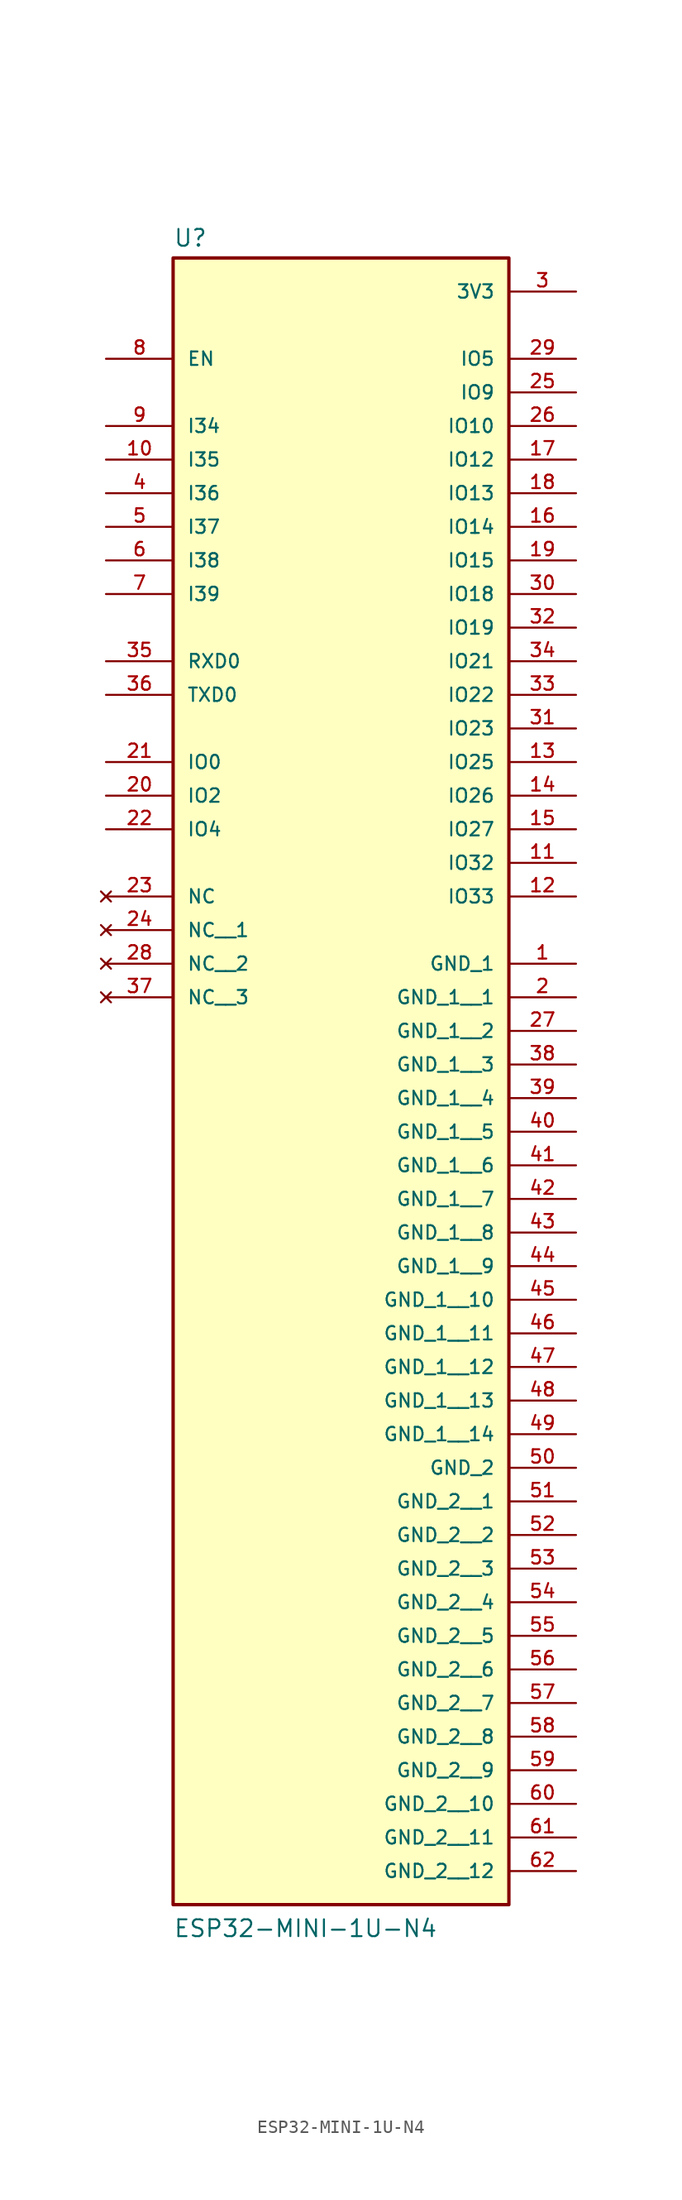
<source format=kicad_sym>
(kicad_symbol_lib
  (version 20220914)
  (generator kicad_symbol_editor)
  (symbol "ESP32-MINI-1U-N4"
    (pin_names
      (offset 1.016))
    (property "Reference" "U"
      (at -12.7 28.702 0)
      (effects (font (size 1.27 1.27)) (justify left bottom)))
    (property "Value" "ESP32-MINI-1U-N4"
      (at -12.7 -99.06 0)
      (effects (font (size 1.27 1.27)) (justify left bottom)))
    (symbol "ESP32-MINI-1U-N4_0_0"
      (rectangle (start -12.7 -96.52) (end 12.7 27.94) (stroke (width 0.254) (type default)) (fill (type background)))
      (pin power_in line (at 17.78 -25.4 180) (length 5.08) (name "GND_1" (effects (font (size 1.016 1.016)))) (number "1" (effects (font (size 1.016 1.016)))))
      (pin input line (at -17.78 12.7 0) (length 5.08) (name "I35" (effects (font (size 1.016 1.016)))) (number "10" (effects (font (size 1.016 1.016)))))
      (pin bidirectional line (at 17.78 -17.78 180) (length 5.08) (name "IO32" (effects (font (size 1.016 1.016)))) (number "11" (effects (font (size 1.016 1.016)))))
      (pin bidirectional line (at 17.78 -20.32 180) (length 5.08) (name "IO33" (effects (font (size 1.016 1.016)))) (number "12" (effects (font (size 1.016 1.016)))))
      (pin bidirectional line (at 17.78 -10.16 180) (length 5.08) (name "IO25" (effects (font (size 1.016 1.016)))) (number "13" (effects (font (size 1.016 1.016)))))
      (pin bidirectional line (at 17.78 -12.7 180) (length 5.08) (name "IO26" (effects (font (size 1.016 1.016)))) (number "14" (effects (font (size 1.016 1.016)))))
      (pin bidirectional line (at 17.78 -15.24 180) (length 5.08) (name "IO27" (effects (font (size 1.016 1.016)))) (number "15" (effects (font (size 1.016 1.016)))))
      (pin bidirectional line (at 17.78 7.62 180) (length 5.08) (name "IO14" (effects (font (size 1.016 1.016)))) (number "16" (effects (font (size 1.016 1.016)))))
      (pin bidirectional line (at 17.78 12.7 180) (length 5.08) (name "IO12" (effects (font (size 1.016 1.016)))) (number "17" (effects (font (size 1.016 1.016)))))
      (pin bidirectional line (at 17.78 10.16 180) (length 5.08) (name "IO13" (effects (font (size 1.016 1.016)))) (number "18" (effects (font (size 1.016 1.016)))))
      (pin bidirectional line (at 17.78 5.08 180) (length 5.08) (name "IO15" (effects (font (size 1.016 1.016)))) (number "19" (effects (font (size 1.016 1.016)))))
      (pin power_in line (at 17.78 -27.94 180) (length 5.08) (name "GND_1__1" (effects (font (size 1.016 1.016)))) (number "2" (effects (font (size 1.016 1.016)))))
      (pin bidirectional line (at -17.78 -12.7 0) (length 5.08) (name "IO2" (effects (font (size 1.016 1.016)))) (number "20" (effects (font (size 1.016 1.016)))))
      (pin bidirectional line (at -17.78 -10.16 0) (length 5.08) (name "IO0" (effects (font (size 1.016 1.016)))) (number "21" (effects (font (size 1.016 1.016)))))
      (pin bidirectional line (at -17.78 -15.24 0) (length 5.08) (name "IO4" (effects (font (size 1.016 1.016)))) (number "22" (effects (font (size 1.016 1.016)))))
      (pin no_connect line (at -17.78 -20.32 0) (length 5.08) (name "NC" (effects (font (size 1.016 1.016)))) (number "23" (effects (font (size 1.016 1.016)))))
      (pin no_connect line (at -17.78 -22.86 0) (length 5.08) (name "NC__1" (effects (font (size 1.016 1.016)))) (number "24" (effects (font (size 1.016 1.016)))))
      (pin bidirectional line (at 17.78 17.78 180) (length 5.08) (name "IO9" (effects (font (size 1.016 1.016)))) (number "25" (effects (font (size 1.016 1.016)))))
      (pin bidirectional line (at 17.78 15.24 180) (length 5.08) (name "IO10" (effects (font (size 1.016 1.016)))) (number "26" (effects (font (size 1.016 1.016)))))
      (pin power_in line (at 17.78 -30.48 180) (length 5.08) (name "GND_1__2" (effects (font (size 1.016 1.016)))) (number "27" (effects (font (size 1.016 1.016)))))
      (pin no_connect line (at -17.78 -25.4 0) (length 5.08) (name "NC__2" (effects (font (size 1.016 1.016)))) (number "28" (effects (font (size 1.016 1.016)))))
      (pin bidirectional line (at 17.78 20.32 180) (length 5.08) (name "IO5" (effects (font (size 1.016 1.016)))) (number "29" (effects (font (size 1.016 1.016)))))
      (pin power_in line (at 17.78 25.4 180) (length 5.08) (name "3V3" (effects (font (size 1.016 1.016)))) (number "3" (effects (font (size 1.016 1.016)))))
      (pin bidirectional line (at 17.78 2.54 180) (length 5.08) (name "IO18" (effects (font (size 1.016 1.016)))) (number "30" (effects (font (size 1.016 1.016)))))
      (pin bidirectional line (at 17.78 -7.62 180) (length 5.08) (name "IO23" (effects (font (size 1.016 1.016)))) (number "31" (effects (font (size 1.016 1.016)))))
      (pin bidirectional line (at 17.78 0 180) (length 5.08) (name "IO19" (effects (font (size 1.016 1.016)))) (number "32" (effects (font (size 1.016 1.016)))))
      (pin bidirectional line (at 17.78 -5.08 180) (length 5.08) (name "IO22" (effects (font (size 1.016 1.016)))) (number "33" (effects (font (size 1.016 1.016)))))
      (pin bidirectional line (at 17.78 -2.54 180) (length 5.08) (name "IO21" (effects (font (size 1.016 1.016)))) (number "34" (effects (font (size 1.016 1.016)))))
      (pin bidirectional line (at -17.78 -2.54 0) (length 5.08) (name "RXD0" (effects (font (size 1.016 1.016)))) (number "35" (effects (font (size 1.016 1.016)))))
      (pin bidirectional line (at -17.78 -5.08 0) (length 5.08) (name "TXD0" (effects (font (size 1.016 1.016)))) (number "36" (effects (font (size 1.016 1.016)))))
      (pin no_connect line (at -17.78 -27.94 0) (length 5.08) (name "NC__3" (effects (font (size 1.016 1.016)))) (number "37" (effects (font (size 1.016 1.016)))))
      (pin power_in line (at 17.78 -33.02 180) (length 5.08) (name "GND_1__3" (effects (font (size 1.016 1.016)))) (number "38" (effects (font (size 1.016 1.016)))))
      (pin power_in line (at 17.78 -35.56 180) (length 5.08) (name "GND_1__4" (effects (font (size 1.016 1.016)))) (number "39" (effects (font (size 1.016 1.016)))))
      (pin input line (at -17.78 10.16 0) (length 5.08) (name "I36" (effects (font (size 1.016 1.016)))) (number "4" (effects (font (size 1.016 1.016)))))
      (pin power_in line (at 17.78 -38.1 180) (length 5.08) (name "GND_1__5" (effects (font (size 1.016 1.016)))) (number "40" (effects (font (size 1.016 1.016)))))
      (pin power_in line (at 17.78 -40.64 180) (length 5.08) (name "GND_1__6" (effects (font (size 1.016 1.016)))) (number "41" (effects (font (size 1.016 1.016)))))
      (pin power_in line (at 17.78 -43.18 180) (length 5.08) (name "GND_1__7" (effects (font (size 1.016 1.016)))) (number "42" (effects (font (size 1.016 1.016)))))
      (pin power_in line (at 17.78 -45.72 180) (length 5.08) (name "GND_1__8" (effects (font (size 1.016 1.016)))) (number "43" (effects (font (size 1.016 1.016)))))
      (pin power_in line (at 17.78 -48.26 180) (length 5.08) (name "GND_1__9" (effects (font (size 1.016 1.016)))) (number "44" (effects (font (size 1.016 1.016)))))
      (pin power_in line (at 17.78 -50.8 180) (length 5.08) (name "GND_1__10" (effects (font (size 1.016 1.016)))) (number "45" (effects (font (size 1.016 1.016)))))
      (pin power_in line (at 17.78 -53.34 180) (length 5.08) (name "GND_1__11" (effects (font (size 1.016 1.016)))) (number "46" (effects (font (size 1.016 1.016)))))
      (pin power_in line (at 17.78 -55.88 180) (length 5.08) (name "GND_1__12" (effects (font (size 1.016 1.016)))) (number "47" (effects (font (size 1.016 1.016)))))
      (pin power_in line (at 17.78 -58.42 180) (length 5.08) (name "GND_1__13" (effects (font (size 1.016 1.016)))) (number "48" (effects (font (size 1.016 1.016)))))
      (pin power_in line (at 17.78 -60.96 180) (length 5.08) (name "GND_1__14" (effects (font (size 1.016 1.016)))) (number "49" (effects (font (size 1.016 1.016)))))
      (pin input line (at -17.78 7.62 0) (length 5.08) (name "I37" (effects (font (size 1.016 1.016)))) (number "5" (effects (font (size 1.016 1.016)))))
      (pin power_in line (at 17.78 -63.5 180) (length 5.08) (name "GND_2" (effects (font (size 1.016 1.016)))) (number "50" (effects (font (size 1.016 1.016)))))
      (pin power_in line (at 17.78 -66.04 180) (length 5.08) (name "GND_2__1" (effects (font (size 1.016 1.016)))) (number "51" (effects (font (size 1.016 1.016)))))
      (pin power_in line (at 17.78 -68.58 180) (length 5.08) (name "GND_2__2" (effects (font (size 1.016 1.016)))) (number "52" (effects (font (size 1.016 1.016)))))
      (pin power_in line (at 17.78 -71.12 180) (length 5.08) (name "GND_2__3" (effects (font (size 1.016 1.016)))) (number "53" (effects (font (size 1.016 1.016)))))
      (pin power_in line (at 17.78 -73.66 180) (length 5.08) (name "GND_2__4" (effects (font (size 1.016 1.016)))) (number "54" (effects (font (size 1.016 1.016)))))
      (pin power_in line (at 17.78 -76.2 180) (length 5.08) (name "GND_2__5" (effects (font (size 1.016 1.016)))) (number "55" (effects (font (size 1.016 1.016)))))
      (pin power_in line (at 17.78 -78.74 180) (length 5.08) (name "GND_2__6" (effects (font (size 1.016 1.016)))) (number "56" (effects (font (size 1.016 1.016)))))
      (pin power_in line (at 17.78 -81.28 180) (length 5.08) (name "GND_2__7" (effects (font (size 1.016 1.016)))) (number "57" (effects (font (size 1.016 1.016)))))
      (pin power_in line (at 17.78 -83.82 180) (length 5.08) (name "GND_2__8" (effects (font (size 1.016 1.016)))) (number "58" (effects (font (size 1.016 1.016)))))
      (pin power_in line (at 17.78 -86.36 180) (length 5.08) (name "GND_2__9" (effects (font (size 1.016 1.016)))) (number "59" (effects (font (size 1.016 1.016)))))
      (pin input line (at -17.78 5.08 0) (length 5.08) (name "I38" (effects (font (size 1.016 1.016)))) (number "6" (effects (font (size 1.016 1.016)))))
      (pin power_in line (at 17.78 -88.9 180) (length 5.08) (name "GND_2__10" (effects (font (size 1.016 1.016)))) (number "60" (effects (font (size 1.016 1.016)))))
      (pin power_in line (at 17.78 -91.44 180) (length 5.08) (name "GND_2__11" (effects (font (size 1.016 1.016)))) (number "61" (effects (font (size 1.016 1.016)))))
      (pin power_in line (at 17.78 -93.98 180) (length 5.08) (name "GND_2__12" (effects (font (size 1.016 1.016)))) (number "62" (effects (font (size 1.016 1.016)))))
      (pin input line (at -17.78 2.54 0) (length 5.08) (name "I39" (effects (font (size 1.016 1.016)))) (number "7" (effects (font (size 1.016 1.016)))))
      (pin input line (at -17.78 20.32 0) (length 5.08) (name "EN" (effects (font (size 1.016 1.016)))) (number "8" (effects (font (size 1.016 1.016)))))
      (pin input line (at -17.78 15.24 0) (length 5.08) (name "I34" (effects (font (size 1.016 1.016)))) (number "9" (effects (font (size 1.016 1.016))))))))
</source>
